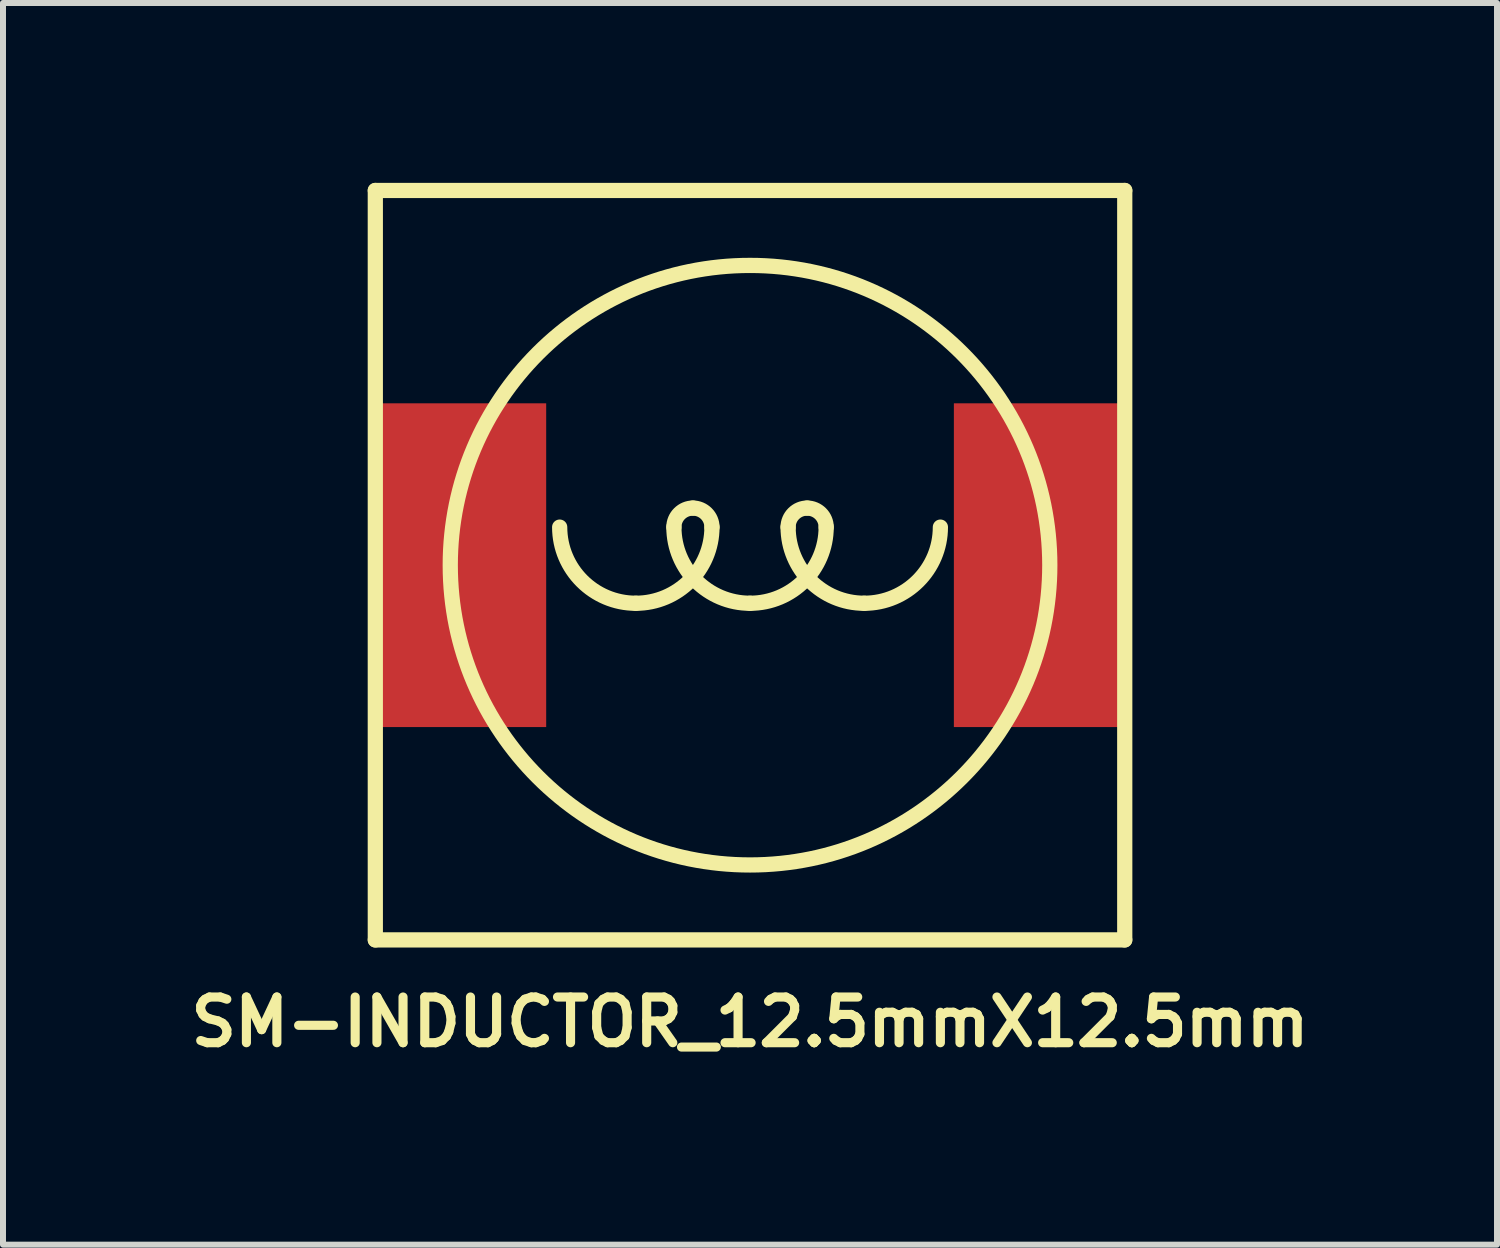
<source format=kicad_pcb>
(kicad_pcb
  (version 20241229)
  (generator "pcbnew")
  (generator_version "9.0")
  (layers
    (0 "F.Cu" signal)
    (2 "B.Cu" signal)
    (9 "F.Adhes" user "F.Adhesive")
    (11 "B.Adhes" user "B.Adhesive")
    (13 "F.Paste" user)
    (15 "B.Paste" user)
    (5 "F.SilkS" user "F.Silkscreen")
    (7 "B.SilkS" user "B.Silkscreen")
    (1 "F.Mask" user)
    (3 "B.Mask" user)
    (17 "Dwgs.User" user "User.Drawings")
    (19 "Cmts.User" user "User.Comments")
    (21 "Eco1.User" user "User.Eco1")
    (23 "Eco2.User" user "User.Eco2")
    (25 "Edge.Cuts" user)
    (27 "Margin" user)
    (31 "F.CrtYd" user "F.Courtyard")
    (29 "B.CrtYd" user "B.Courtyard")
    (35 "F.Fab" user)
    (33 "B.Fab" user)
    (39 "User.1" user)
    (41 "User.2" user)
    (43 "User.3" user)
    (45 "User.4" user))
  (footprint "SM-INDUCTOR_12.5mmX12.5mm"
    (layer "F.Cu")
    (at 9.46 6.377)
    (property "Reference" "SM-INDUCTOR_12.5mmX12.5mm" (at 0 7.62 0) (layer "F.SilkS") (effects (font (size 0.762 0.762) (thickness 0.152))))
    (attr smd)
    (fp_line (start -6.25 -6.25) (end -6.25 6.25) (stroke (width 0.254) (type solid)) (layer "F.SilkS"))
    (fp_line (start -6.25 6.25) (end 6.25 6.25) (stroke (width 0.254) (type solid)) (layer "F.SilkS"))
    (fp_line (start 6.25 -6.25) (end -6.25 -6.25) (stroke (width 0.254) (type solid)) (layer "F.SilkS"))
    (fp_line (start 6.25 6.25) (end 6.25 -6.25) (stroke (width 0.254) (type solid)) (layer "F.SilkS"))
    (fp_arc (start -1.905 0.635) (mid -2.803026 0.263026) (end -3.175 -0.635) (stroke (width 0.254) (type solid)) (layer "F.SilkS"))
    (fp_arc (start -1.27 -0.635) (mid -1.177006 -0.859506) (end -0.9525 -0.9525) (stroke (width 0.254) (type solid)) (layer "F.SilkS"))
    (fp_arc (start -0.9525 -0.9525) (mid -0.727994 -0.859506) (end -0.635 -0.635) (stroke (width 0.254) (type solid)) (layer "F.SilkS"))
    (fp_arc (start -0.635 -0.635) (mid -1.006974 0.263026) (end -1.905 0.635) (stroke (width 0.254) (type solid)) (layer "F.SilkS"))
    (fp_arc (start 0 0.635) (mid -0.898026 0.263026) (end -1.27 -0.635) (stroke (width 0.254) (type solid)) (layer "F.SilkS"))
    (fp_arc (start 0.635 -0.635) (mid 0.727994 -0.859506) (end 0.9525 -0.9525) (stroke (width 0.254) (type solid)) (layer "F.SilkS"))
    (fp_arc (start 0.9525 -0.9525) (mid 1.177006 -0.859506) (end 1.27 -0.635) (stroke (width 0.254) (type solid)) (layer "F.SilkS"))
    (fp_arc (start 1.27 -0.635) (mid 0.898026 0.263026) (end 0 0.635) (stroke (width 0.254) (type solid)) (layer "F.SilkS"))
    (fp_arc (start 1.905 0.635) (mid 1.006974 0.263026) (end 0.635 -0.635) (stroke (width 0.254) (type solid)) (layer "F.SilkS"))
    (fp_arc (start 3.175 -0.635) (mid 2.803026 0.263026) (end 1.905 0.635) (stroke (width 0.254) (type solid)) (layer "F.SilkS"))
    (fp_circle (center 0 0) (end 0 -5) (stroke (width 0.254) (type solid)) (fill no) (layer "F.SilkS"))
    (pad "1" smd rect (at -4.85 0) (size 2.9 5.4) (layers "F.Cu" "F.Mask" "F.Paste"))
    (pad "2" smd rect (at 4.85 0) (size 2.9 5.4) (layers "F.Cu" "F.Mask" "F.Paste")))
  (gr_rect
    (start -3 -3)
    (end 21.919 17.71)
    (stroke (width 0.1) (type default))
    (fill no)
    (layer "Edge.Cuts")))
</source>
